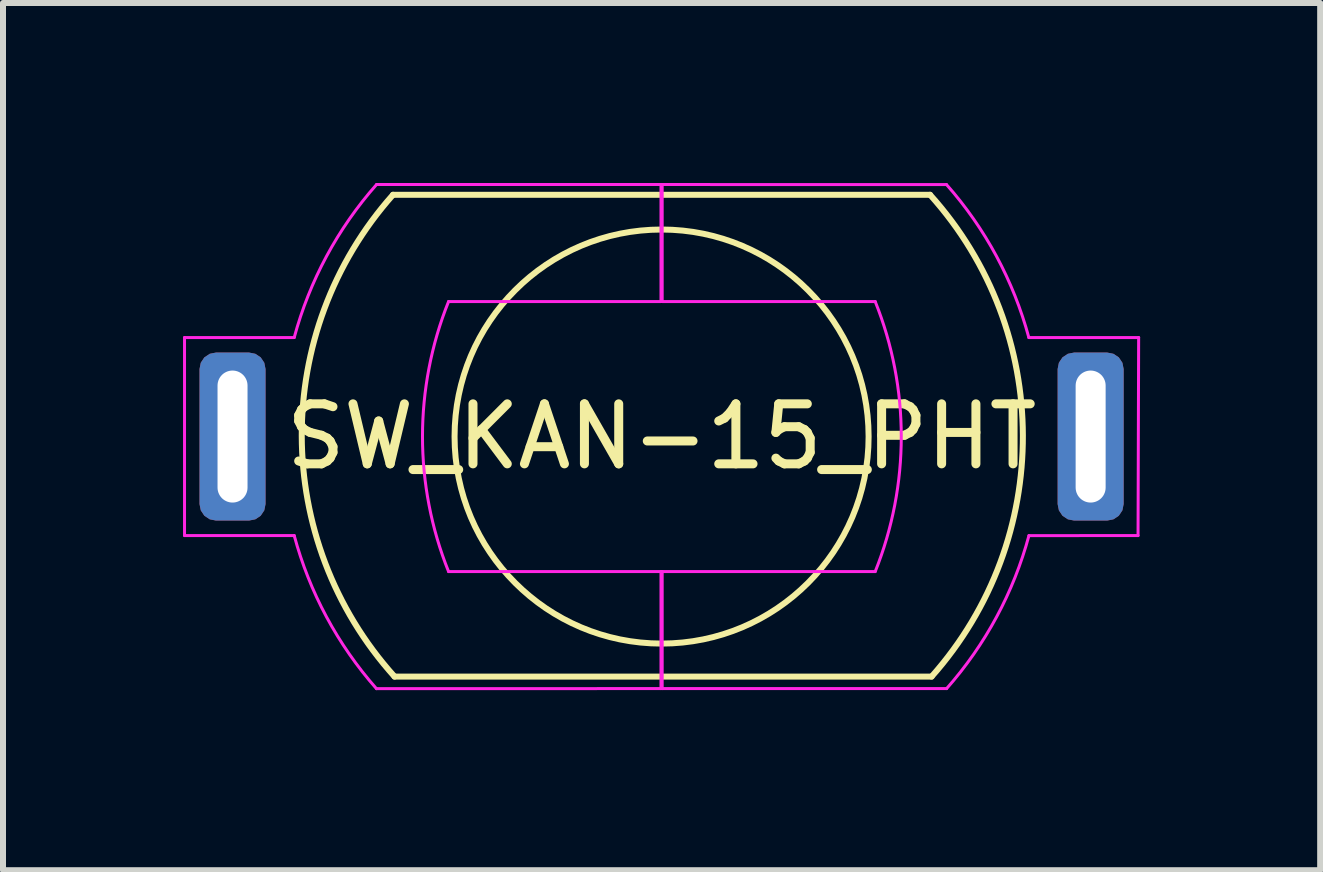
<source format=kicad_pcb>
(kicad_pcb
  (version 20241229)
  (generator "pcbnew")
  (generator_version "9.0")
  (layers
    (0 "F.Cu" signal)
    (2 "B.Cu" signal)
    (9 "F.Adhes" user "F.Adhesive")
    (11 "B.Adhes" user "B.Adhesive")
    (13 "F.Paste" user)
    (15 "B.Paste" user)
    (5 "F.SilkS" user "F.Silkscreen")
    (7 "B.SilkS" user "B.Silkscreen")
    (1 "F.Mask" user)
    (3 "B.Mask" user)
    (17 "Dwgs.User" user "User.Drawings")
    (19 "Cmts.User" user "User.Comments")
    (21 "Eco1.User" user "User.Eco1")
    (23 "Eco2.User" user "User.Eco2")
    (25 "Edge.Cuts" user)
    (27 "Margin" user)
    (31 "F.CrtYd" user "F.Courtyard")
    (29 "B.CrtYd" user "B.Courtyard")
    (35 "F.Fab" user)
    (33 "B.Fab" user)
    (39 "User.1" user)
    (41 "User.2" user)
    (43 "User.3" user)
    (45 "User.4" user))
  (footprint "SW_KAN-15_PHT"
    (layer "F.Cu")
    (at 7.975 4.225)
    (property "Reference" "SW_KAN-15_PHT" (at 0 0 180) (layer "F.SilkS") (effects (font (size 1 1) (thickness 0.15))))
    (attr through_hole)
    (fp_line (start -4.45 4) (end 4.5 4) (stroke (width 0.1) (type solid)) (layer "F.SilkS"))
    (fp_line (start 4.474 -4.029) (end -4.476 -4.029) (stroke (width 0.1) (type solid)) (layer "F.SilkS"))
    (fp_arc (start -4.45 4) (mid -5.996445 -0.009446) (end -4.475679 -4.028703) (stroke (width 0.1) (type solid)) (layer "F.SilkS"))
    (fp_arc (start 4.474321 -4.028703) (mid 6.020766 -0.019257) (end 4.5 4) (stroke (width 0.1) (type solid)) (layer "F.SilkS"))
    (fp_circle (center 0 0) (end 3.45 0) (stroke (width 0.1) (type solid)) (fill no) (layer "F.SilkS"))
    (fp_line (start -7.95 -1.65) (end -6.122 -1.65) (stroke (width 0.05) (type solid)) (layer "F.CrtYd"))
    (fp_line (start -7.95 1.65) (end -7.95 -1.65) (stroke (width 0.05) (type solid)) (layer "F.CrtYd"))
    (fp_line (start -7.95 1.65) (end -6.122 1.65) (stroke (width 0.05) (type solid)) (layer "F.CrtYd"))
    (fp_line (start -4.752 4.201) (end -0.01 4.2) (stroke (width 0.05) (type solid)) (layer "F.CrtYd"))
    (fp_line (start -4.75 -4.2) (end -0.01 -4.2) (stroke (width 0.05) (type solid)) (layer "F.CrtYd"))
    (fp_line (start -0.01 -4.2) (end -0.01 -2.25) (stroke (width 0.05) (type solid)) (layer "F.CrtYd"))
    (fp_line (start -0.01 -2.25) (end -3.55 -2.25) (stroke (width 0.05) (type solid)) (layer "F.CrtYd"))
    (fp_line (start -0.01 2.25) (end -3.55 2.25) (stroke (width 0.05) (type solid)) (layer "F.CrtYd"))
    (fp_line (start -0.01 4.2) (end -0.01 2.25) (stroke (width 0.05) (type solid)) (layer "F.CrtYd"))
    (fp_line (start 0.01 -4.2) (end 0.01 -2.25) (stroke (width 0.05) (type solid)) (layer "F.CrtYd"))
    (fp_line (start 0.01 -2.25) (end 3.56 -2.25) (stroke (width 0.05) (type solid)) (layer "F.CrtYd"))
    (fp_line (start 0.01 2.25) (end 3.56 2.25) (stroke (width 0.05) (type solid)) (layer "F.CrtYd"))
    (fp_line (start 0.01 4.2) (end 0.01 2.25) (stroke (width 0.05) (type solid)) (layer "F.CrtYd"))
    (fp_line (start 4.748 -4.199) (end 0.01 -4.2) (stroke (width 0.05) (type solid)) (layer "F.CrtYd"))
    (fp_line (start 4.75 4.2) (end 0.01 4.2) (stroke (width 0.05) (type solid)) (layer "F.CrtYd"))
    (fp_line (start 6.12 -1.65) (end 7.95 -1.65) (stroke (width 0.05) (type solid)) (layer "F.CrtYd"))
    (fp_line (start 6.122 1.651) (end 7.94 1.65) (stroke (width 0.05) (type solid)) (layer "F.CrtYd"))
    (fp_line (start 7.95 -1.65) (end 7.94 1.65) (stroke (width 0.05) (type solid)) (layer "F.CrtYd"))
    (fp_arc (start -6.122092 -1.649991) (mid -5.583567 -3.004373) (end -4.749999 -4.199999) (stroke (width 0.05) (type solid)) (layer "F.CrtYd"))
    (fp_arc (start -4.751619 4.201427) (mid -5.584255 3.004882) (end -6.122091 1.64999) (stroke (width 0.05) (type solid)) (layer "F.CrtYd"))
    (fp_arc (start -3.55 2.249999) (mid -3.984385 0) (end -3.55 -2.25) (stroke (width 0.05) (type solid)) (layer "F.CrtYd"))
    (fp_arc (start 3.56 -2.25) (mid 3.994385 -0.000001) (end 3.56 2.249999) (stroke (width 0.05) (type solid)) (layer "F.CrtYd"))
    (fp_arc (start 4.748487 -4.198661) (mid 5.581659 -3.003659) (end 6.119999 -1.649999) (stroke (width 0.05) (type solid)) (layer "F.CrtYd"))
    (fp_arc (start 6.121948 1.650525) (mid 5.583436 3.004616) (end 4.749999 4.199999) (stroke (width 0.05) (type solid)) (layer "F.CrtYd"))
    (pad "1" thru_hole roundrect (at -7.15 0) (size 1.1 2.8) (drill oval 0.5 2.2) (layers "*.Cu" "*.Mask") (roundrect_rratio 0.25))
    (pad "2" thru_hole roundrect (at 7.15 0) (size 1.1 2.8) (drill oval 0.5 2.2) (layers "*.Cu" "*.Mask") (roundrect_rratio 0.25)))
  (gr_rect
    (start -3 -3)
    (end 18.95 11.451)
    (stroke (width 0.1) (type default))
    (fill no)
    (layer "Edge.Cuts")))
</source>
